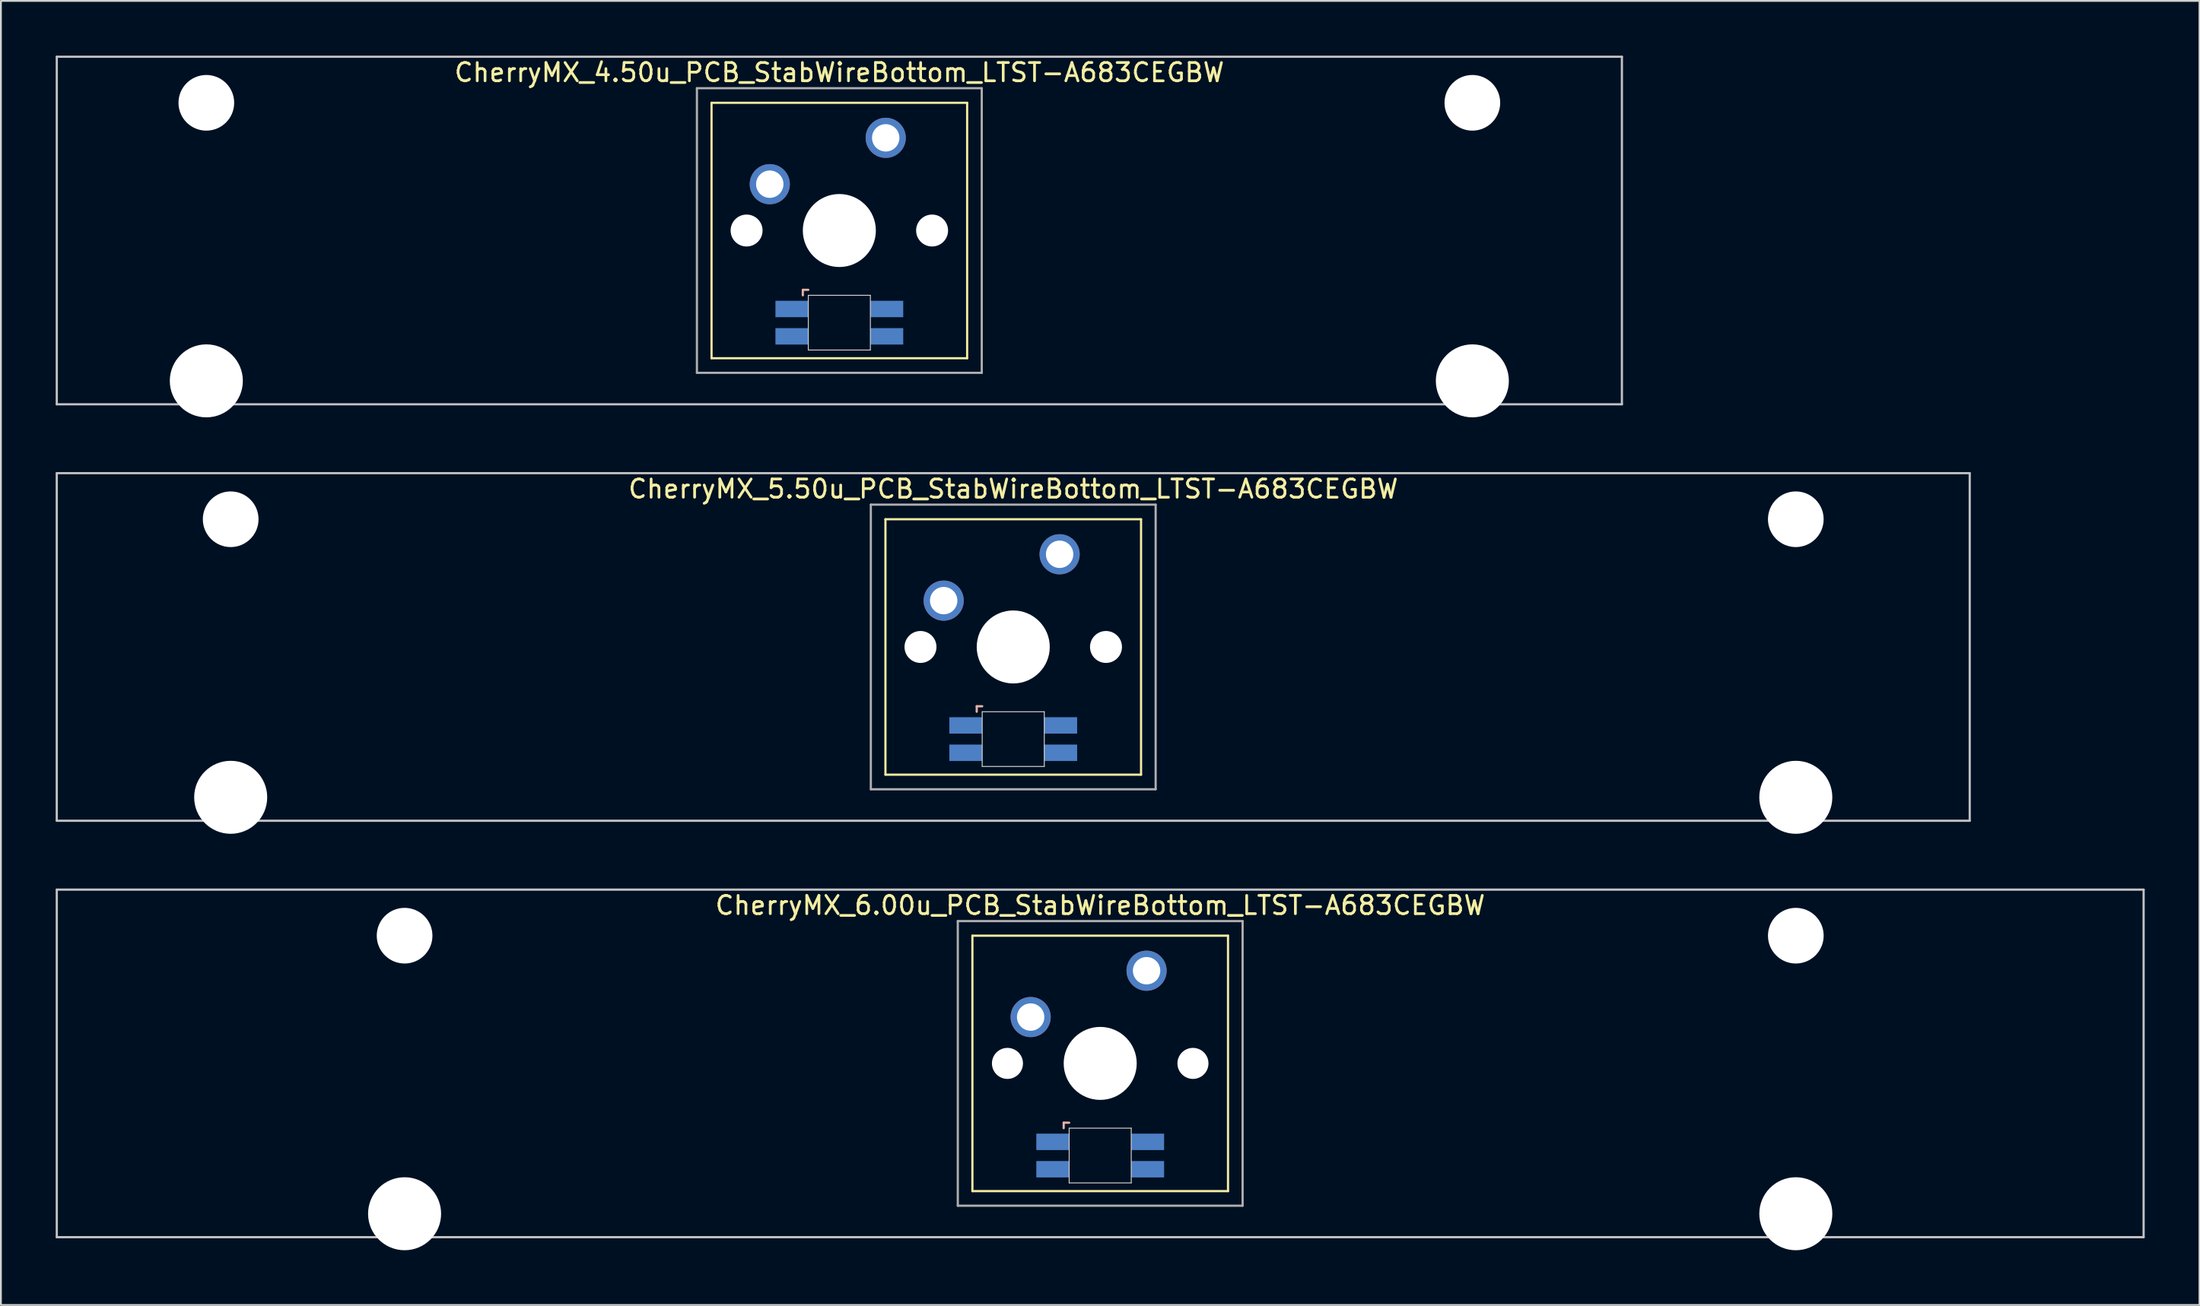
<source format=kicad_pcb>
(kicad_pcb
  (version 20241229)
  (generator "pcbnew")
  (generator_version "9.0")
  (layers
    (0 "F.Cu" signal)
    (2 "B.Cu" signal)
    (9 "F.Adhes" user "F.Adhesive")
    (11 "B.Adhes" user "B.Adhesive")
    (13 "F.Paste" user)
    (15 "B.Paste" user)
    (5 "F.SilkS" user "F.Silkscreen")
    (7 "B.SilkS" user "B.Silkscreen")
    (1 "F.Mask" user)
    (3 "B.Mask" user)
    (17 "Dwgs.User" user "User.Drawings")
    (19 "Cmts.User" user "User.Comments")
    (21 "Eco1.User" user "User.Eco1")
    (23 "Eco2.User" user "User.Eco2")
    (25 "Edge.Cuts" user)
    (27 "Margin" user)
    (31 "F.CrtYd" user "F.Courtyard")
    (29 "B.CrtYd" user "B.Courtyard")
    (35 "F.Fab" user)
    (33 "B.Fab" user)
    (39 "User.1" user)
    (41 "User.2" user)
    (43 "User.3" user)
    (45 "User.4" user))
  (footprint "CherryMX_5.50u_PCB_StabWireBottom_LTST-A683CEGBW"
    (layer "F.Cu")
    (at 52.447 32.41)
    (property "Reference" "CherryMX_5.50u_PCB_StabWireBottom_LTST-A683CEGBW" (at 0 -8.662 0) (layer "F.SilkS") (effects (font (size 1 1) (thickness 0.15))))
    (attr through_hole)
    (fp_line (start -7 -7) (end -7 7) (stroke (width 0.12) (type solid)) (layer "F.SilkS"))
    (fp_line (start -7 -7) (end 7 -7) (stroke (width 0.12) (type solid)) (layer "F.SilkS"))
    (fp_line (start 7 -7) (end 7 7) (stroke (width 0.12) (type solid)) (layer "F.SilkS"))
    (fp_line (start 7 7) (end -7 7) (stroke (width 0.12) (type solid)) (layer "F.SilkS"))
    (fp_line (start -2 3.25) (end -2 3.55) (stroke (width 0.12) (type solid)) (layer "B.SilkS"))
    (fp_line (start -1.7 3.25) (end -2 3.25) (stroke (width 0.12) (type solid)) (layer "B.SilkS"))
    (fp_line (start -52.388 -9.525) (end 52.388 -9.525) (stroke (width 0.12) (type solid)) (layer "Dwgs.User"))
    (fp_line (start -52.388 9.525) (end -52.388 -9.525) (stroke (width 0.12) (type solid)) (layer "Dwgs.User"))
    (fp_line (start 52.388 -9.525) (end 52.388 9.525) (stroke (width 0.12) (type solid)) (layer "Dwgs.User"))
    (fp_line (start 52.388 9.525) (end -52.388 9.525) (stroke (width 0.12) (type solid)) (layer "Dwgs.User"))
    (fp_line (start -1.7 3.55) (end 1.7 3.55) (stroke (width 0.05) (type solid)) (layer "Edge.Cuts"))
    (fp_line (start -1.7 6.55) (end -1.7 3.55) (stroke (width 0.05) (type solid)) (layer "Edge.Cuts"))
    (fp_line (start 1.7 3.55) (end 1.7 6.55) (stroke (width 0.05) (type solid)) (layer "Edge.Cuts"))
    (fp_line (start 1.7 6.55) (end -1.7 6.55) (stroke (width 0.05) (type solid)) (layer "Edge.Cuts"))
    (fp_line (start -7.8 -7.8) (end -7.8 7.8) (stroke (width 0.12) (type solid)) (layer "F.Fab"))
    (fp_line (start -7.8 -7.8) (end 7.8 -7.8) (stroke (width 0.12) (type solid)) (layer "F.Fab"))
    (fp_line (start -7.8 7.8) (end 7.8 7.8) (stroke (width 0.12) (type solid)) (layer "F.Fab"))
    (fp_line (start 7.8 -7.8) (end 7.8 7.8) (stroke (width 0.12) (type solid)) (layer "F.Fab"))
    (pad "" np_thru_hole circle (at -42.862 -7) (size 3.05 3.05) (drill 3.05) (layers "*.Cu" "*.Mask"))
    (pad "" np_thru_hole circle (at -42.862 8.24) (size 4 4) (drill 4) (layers "*.Cu" "*.Mask"))
    (pad "" np_thru_hole circle (at -5.08 0) (size 1.75 1.75) (drill 1.75) (layers "*.Cu" "*.Mask"))
    (pad "" np_thru_hole circle (at 0 0) (size 4 4) (drill 4) (layers "*.Cu" "*.Mask"))
    (pad "" np_thru_hole circle (at 5.08 0) (size 1.75 1.75) (drill 1.75) (layers "*.Cu" "*.Mask"))
    (pad "" np_thru_hole circle (at 42.862 -7) (size 3.05 3.05) (drill 3.05) (layers "*.Cu" "*.Mask"))
    (pad "" np_thru_hole circle (at 42.862 8.24) (size 4 4) (drill 4) (layers "*.Cu" "*.Mask"))
    (pad "1" thru_hole circle (at -3.81 -2.54) (size 2.2 2.2) (drill 1.5) (layers "*.Cu" "*.Mask"))
    (pad "2" thru_hole circle (at 2.54 -5.08) (size 2.2 2.2) (drill 1.5) (layers "*.Cu" "*.Mask"))
    (pad "3" smd rect (at -2.6 4.3) (size 1.8 0.9) (layers "B.Cu" "B.Mask" "B.Paste"))
    (pad "4" smd rect (at -2.6 5.8) (size 1.8 0.9) (layers "B.Cu" "B.Mask" "B.Paste"))
    (pad "5" smd rect (at 2.6 4.3) (size 1.8 0.9) (layers "B.Cu" "B.Mask" "B.Paste"))
    (pad "6" smd rect (at 2.6 5.8) (size 1.8 0.9) (layers "B.Cu" "B.Mask" "B.Paste")))
  (footprint "CherryMX_4.50u_PCB_StabWireBottom_LTST-A683CEGBW"
    (layer "F.Cu")
    (at 42.922 9.585)
    (property "Reference" "CherryMX_4.50u_PCB_StabWireBottom_LTST-A683CEGBW" (at 0 -8.662 0) (layer "F.SilkS") (effects (font (size 1 1) (thickness 0.15))))
    (attr through_hole)
    (fp_line (start -7 -7) (end -7 7) (stroke (width 0.12) (type solid)) (layer "F.SilkS"))
    (fp_line (start -7 -7) (end 7 -7) (stroke (width 0.12) (type solid)) (layer "F.SilkS"))
    (fp_line (start 7 -7) (end 7 7) (stroke (width 0.12) (type solid)) (layer "F.SilkS"))
    (fp_line (start 7 7) (end -7 7) (stroke (width 0.12) (type solid)) (layer "F.SilkS"))
    (fp_line (start -2 3.25) (end -2 3.55) (stroke (width 0.12) (type solid)) (layer "B.SilkS"))
    (fp_line (start -1.7 3.25) (end -2 3.25) (stroke (width 0.12) (type solid)) (layer "B.SilkS"))
    (fp_line (start -42.862 -9.525) (end 42.862 -9.525) (stroke (width 0.12) (type solid)) (layer "Dwgs.User"))
    (fp_line (start -42.862 9.525) (end -42.862 -9.525) (stroke (width 0.12) (type solid)) (layer "Dwgs.User"))
    (fp_line (start 42.862 -9.525) (end 42.862 9.525) (stroke (width 0.12) (type solid)) (layer "Dwgs.User"))
    (fp_line (start 42.862 9.525) (end -42.862 9.525) (stroke (width 0.12) (type solid)) (layer "Dwgs.User"))
    (fp_line (start -1.7 3.55) (end 1.7 3.55) (stroke (width 0.05) (type solid)) (layer "Edge.Cuts"))
    (fp_line (start -1.7 6.55) (end -1.7 3.55) (stroke (width 0.05) (type solid)) (layer "Edge.Cuts"))
    (fp_line (start 1.7 3.55) (end 1.7 6.55) (stroke (width 0.05) (type solid)) (layer "Edge.Cuts"))
    (fp_line (start 1.7 6.55) (end -1.7 6.55) (stroke (width 0.05) (type solid)) (layer "Edge.Cuts"))
    (fp_line (start -7.8 -7.8) (end -7.8 7.8) (stroke (width 0.12) (type solid)) (layer "F.Fab"))
    (fp_line (start -7.8 -7.8) (end 7.8 -7.8) (stroke (width 0.12) (type solid)) (layer "F.Fab"))
    (fp_line (start -7.8 7.8) (end 7.8 7.8) (stroke (width 0.12) (type solid)) (layer "F.Fab"))
    (fp_line (start 7.8 -7.8) (end 7.8 7.8) (stroke (width 0.12) (type solid)) (layer "F.Fab"))
    (pad "" np_thru_hole circle (at -34.671 -7) (size 3.05 3.05) (drill 3.05) (layers "*.Cu" "*.Mask"))
    (pad "" np_thru_hole circle (at -34.671 8.24) (size 4 4) (drill 4) (layers "*.Cu" "*.Mask"))
    (pad "" np_thru_hole circle (at -5.08 0) (size 1.75 1.75) (drill 1.75) (layers "*.Cu" "*.Mask"))
    (pad "" np_thru_hole circle (at 0 0) (size 4 4) (drill 4) (layers "*.Cu" "*.Mask"))
    (pad "" np_thru_hole circle (at 5.08 0) (size 1.75 1.75) (drill 1.75) (layers "*.Cu" "*.Mask"))
    (pad "" np_thru_hole circle (at 34.671 -7) (size 3.05 3.05) (drill 3.05) (layers "*.Cu" "*.Mask"))
    (pad "" np_thru_hole circle (at 34.671 8.24) (size 4 4) (drill 4) (layers "*.Cu" "*.Mask"))
    (pad "1" thru_hole circle (at -3.81 -2.54) (size 2.2 2.2) (drill 1.5) (layers "*.Cu" "*.Mask"))
    (pad "2" thru_hole circle (at 2.54 -5.08) (size 2.2 2.2) (drill 1.5) (layers "*.Cu" "*.Mask"))
    (pad "3" smd rect (at -2.6 4.3) (size 1.8 0.9) (layers "B.Cu" "B.Mask" "B.Paste"))
    (pad "4" smd rect (at -2.6 5.8) (size 1.8 0.9) (layers "B.Cu" "B.Mask" "B.Paste"))
    (pad "5" smd rect (at 2.6 4.3) (size 1.8 0.9) (layers "B.Cu" "B.Mask" "B.Paste"))
    (pad "6" smd rect (at 2.6 5.8) (size 1.8 0.9) (layers "B.Cu" "B.Mask" "B.Paste")))
  (footprint "CherryMX_6.00u_PCB_StabWireBottom_LTST-A683CEGBW"
    (layer "F.Cu")
    (at 57.21 55.235)
    (property "Reference" "CherryMX_6.00u_PCB_StabWireBottom_LTST-A683CEGBW" (at 0 -8.662 0) (layer "F.SilkS") (effects (font (size 1 1) (thickness 0.15))))
    (attr through_hole)
    (fp_line (start -7 -7) (end -7 7) (stroke (width 0.12) (type solid)) (layer "F.SilkS"))
    (fp_line (start -7 -7) (end 7 -7) (stroke (width 0.12) (type solid)) (layer "F.SilkS"))
    (fp_line (start 7 -7) (end 7 7) (stroke (width 0.12) (type solid)) (layer "F.SilkS"))
    (fp_line (start 7 7) (end -7 7) (stroke (width 0.12) (type solid)) (layer "F.SilkS"))
    (fp_line (start -2 3.25) (end -2 3.55) (stroke (width 0.12) (type solid)) (layer "B.SilkS"))
    (fp_line (start -1.7 3.25) (end -2 3.25) (stroke (width 0.12) (type solid)) (layer "B.SilkS"))
    (fp_line (start -57.15 -9.525) (end 57.15 -9.525) (stroke (width 0.12) (type solid)) (layer "Dwgs.User"))
    (fp_line (start -57.15 9.525) (end -57.15 -9.525) (stroke (width 0.12) (type solid)) (layer "Dwgs.User"))
    (fp_line (start 57.15 -9.525) (end 57.15 9.525) (stroke (width 0.12) (type solid)) (layer "Dwgs.User"))
    (fp_line (start 57.15 9.525) (end -57.15 9.525) (stroke (width 0.12) (type solid)) (layer "Dwgs.User"))
    (fp_line (start -1.7 3.55) (end 1.7 3.55) (stroke (width 0.05) (type solid)) (layer "Edge.Cuts"))
    (fp_line (start -1.7 6.55) (end -1.7 3.55) (stroke (width 0.05) (type solid)) (layer "Edge.Cuts"))
    (fp_line (start 1.7 3.55) (end 1.7 6.55) (stroke (width 0.05) (type solid)) (layer "Edge.Cuts"))
    (fp_line (start 1.7 6.55) (end -1.7 6.55) (stroke (width 0.05) (type solid)) (layer "Edge.Cuts"))
    (fp_line (start -7.8 -7.8) (end -7.8 7.8) (stroke (width 0.12) (type solid)) (layer "F.Fab"))
    (fp_line (start -7.8 -7.8) (end 7.8 -7.8) (stroke (width 0.12) (type solid)) (layer "F.Fab"))
    (fp_line (start -7.8 7.8) (end 7.8 7.8) (stroke (width 0.12) (type solid)) (layer "F.Fab"))
    (fp_line (start 7.8 -7.8) (end 7.8 7.8) (stroke (width 0.12) (type solid)) (layer "F.Fab"))
    (pad "" np_thru_hole circle (at -38.1 -7) (size 3.05 3.05) (drill 3.05) (layers "*.Cu" "*.Mask"))
    (pad "" np_thru_hole circle (at -38.1 8.24) (size 4 4) (drill 4) (layers "*.Cu" "*.Mask"))
    (pad "" np_thru_hole circle (at -5.08 0) (size 1.7 1.7) (drill 1.7) (layers "*.Cu" "*.Mask"))
    (pad "" np_thru_hole circle (at 0 0) (size 4 4) (drill 4) (layers "*.Cu" "*.Mask"))
    (pad "" np_thru_hole circle (at 5.08 0) (size 1.7 1.7) (drill 1.7) (layers "*.Cu" "*.Mask"))
    (pad "" np_thru_hole circle (at 38.1 -7) (size 3.05 3.05) (drill 3.05) (layers "*.Cu" "*.Mask"))
    (pad "" np_thru_hole circle (at 38.1 8.24) (size 4 4) (drill 4) (layers "*.Cu" "*.Mask"))
    (pad "1" thru_hole circle (at -3.81 -2.54) (size 2.2 2.2) (drill 1.5) (layers "*.Cu" "*.Mask"))
    (pad "2" thru_hole circle (at 2.54 -5.08) (size 2.2 2.2) (drill 1.5) (layers "*.Cu" "*.Mask"))
    (pad "3" smd rect (at -2.6 4.3) (size 1.8 0.9) (layers "B.Cu" "B.Mask" "B.Paste"))
    (pad "4" smd rect (at -2.6 5.8) (size 1.8 0.9) (layers "B.Cu" "B.Mask" "B.Paste"))
    (pad "5" smd rect (at 2.6 4.3) (size 1.8 0.9) (layers "B.Cu" "B.Mask" "B.Paste"))
    (pad "6" smd rect (at 2.6 5.8) (size 1.8 0.9) (layers "B.Cu" "B.Mask" "B.Paste")))
  (gr_rect
    (start -3 -3)
    (end 117.42 68.475)
    (stroke (width 0.1) (type default))
    (fill no)
    (layer "Edge.Cuts")))
</source>
